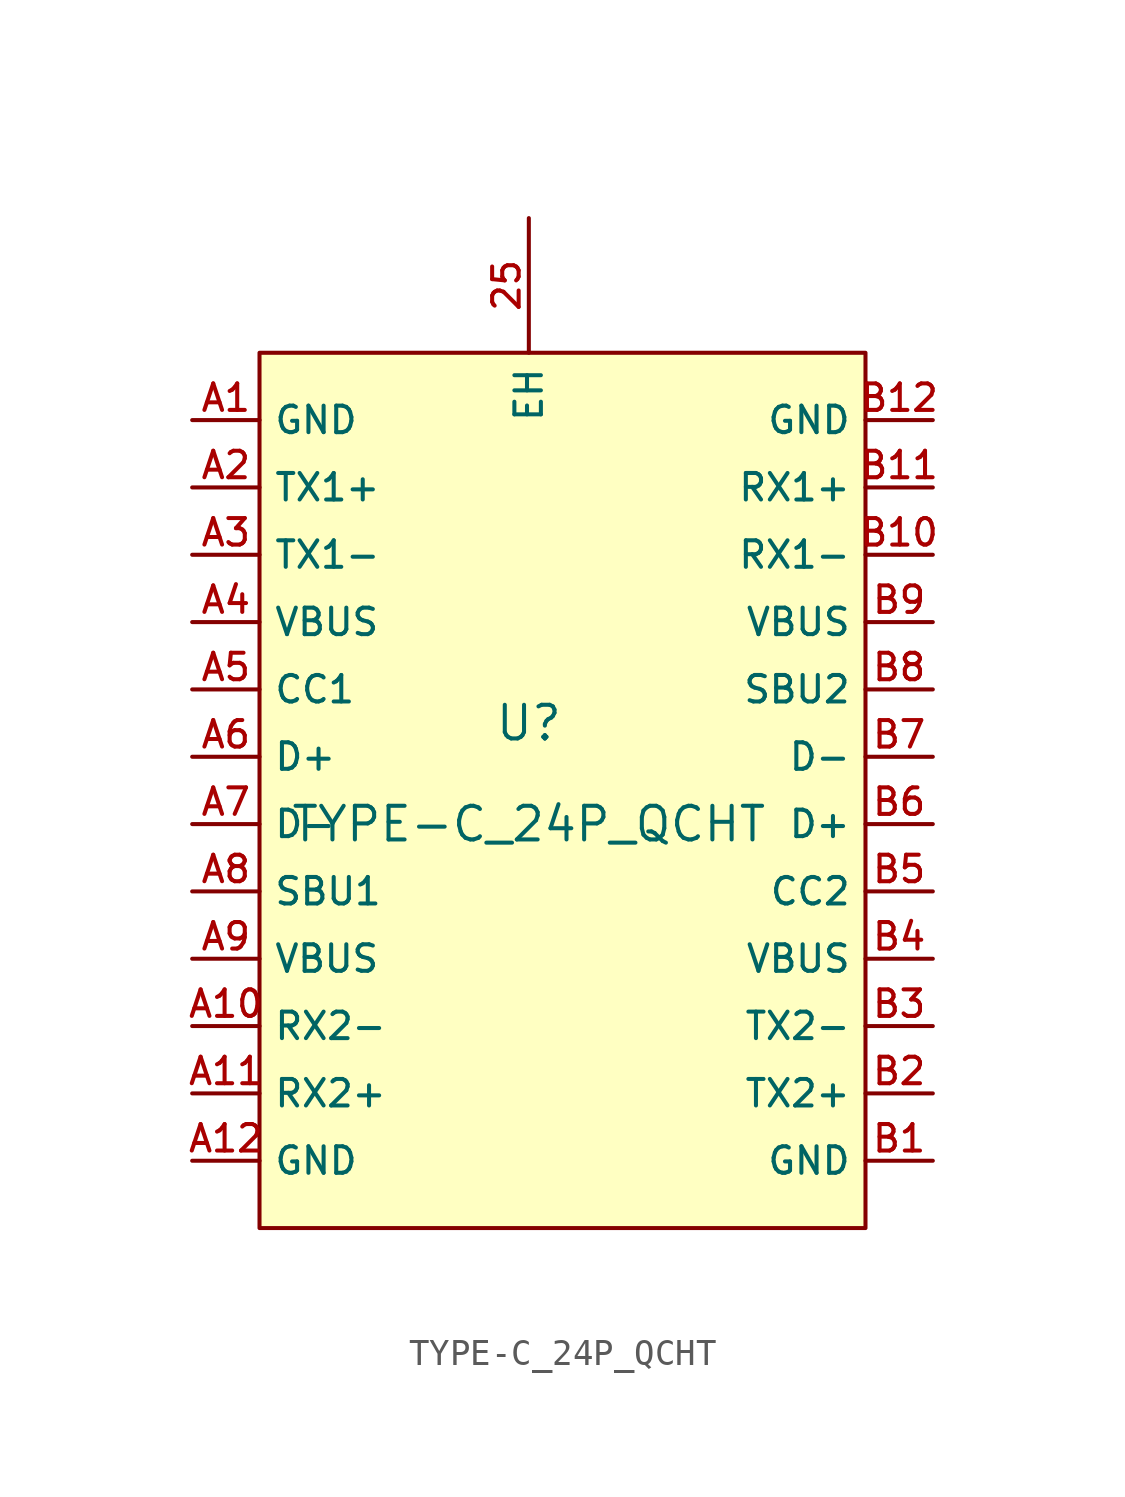
<source format=kicad_sym>
(kicad_symbol_lib
  (version 20210201)
  (generator TousstNicolas/JLC2KiCad_lib)
  (symbol "TYPE-C_24P_QCHT"
    (property "Reference" "U"
      (at 0 1.27 0)
      (effects (font (size 1.27 1.27))))
    (property "Value" "TYPE-C_24P_QCHT"
      (at 0 -2.54 0)
      (effects (font (size 1.27 1.27))))
    (symbol "TYPE-C_24P_QCHT_0_1"
      (pin unspecified line (at -12.7 -15.24 0) (length 2.54) (name "GND" (effects (font (size 1 1)))) (number "A12" (effects (font (size 1 1)))))
      (pin unspecified line (at -12.7 -12.7 0) (length 2.54) (name "RX2+" (effects (font (size 1 1)))) (number "A11" (effects (font (size 1 1)))))
      (pin unspecified line (at -12.7 -10.16 0) (length 2.54) (name "RX2-" (effects (font (size 1 1)))) (number "A10" (effects (font (size 1 1)))))
      (pin unspecified line (at -12.7 -7.62 0) (length 2.54) (name "VBUS" (effects (font (size 1 1)))) (number "A9" (effects (font (size 1 1)))))
      (pin unspecified line (at -12.7 -5.08 0) (length 2.54) (name "SBU1" (effects (font (size 1 1)))) (number "A8" (effects (font (size 1 1)))))
      (pin unspecified line (at -12.7 -2.54 0) (length 2.54) (name "D-" (effects (font (size 1 1)))) (number "A7" (effects (font (size 1 1)))))
      (pin unspecified line (at -12.7 -0.0 0) (length 2.54) (name "D+" (effects (font (size 1 1)))) (number "A6" (effects (font (size 1 1)))))
      (pin unspecified line (at -12.7 2.54 0) (length 2.54) (name "CC1" (effects (font (size 1 1)))) (number "A5" (effects (font (size 1 1)))))
      (pin unspecified line (at -12.7 5.08 0) (length 2.54) (name "VBUS" (effects (font (size 1 1)))) (number "A4" (effects (font (size 1 1)))))
      (pin unspecified line (at -12.7 7.62 0) (length 2.54) (name "TX1-" (effects (font (size 1 1)))) (number "A3" (effects (font (size 1 1)))))
      (pin unspecified line (at -12.7 10.16 0) (length 2.54) (name "TX1+" (effects (font (size 1 1)))) (number "A2" (effects (font (size 1 1)))))
      (pin unspecified line (at -12.7 12.7 0) (length 2.54) (name "GND" (effects (font (size 1 1)))) (number "A1" (effects (font (size 1 1)))))
      (pin unspecified line (at 0.0 20.32 270) (length 5.08) (name "EH" (effects (font (size 1 1)))) (number "25" (effects (font (size 1 1)))))
      (pin unspecified line (at 15.24 12.7 180) (length 2.54) (name "GND" (effects (font (size 1 1)))) (number "B12" (effects (font (size 1 1)))))
      (pin unspecified line (at 15.24 10.16 180) (length 2.54) (name "RX1+" (effects (font (size 1 1)))) (number "B11" (effects (font (size 1 1)))))
      (pin unspecified line (at 15.24 7.62 180) (length 2.54) (name "RX1-" (effects (font (size 1 1)))) (number "B10" (effects (font (size 1 1)))))
      (pin unspecified line (at 15.24 5.08 180) (length 2.54) (name "VBUS" (effects (font (size 1 1)))) (number "B9" (effects (font (size 1 1)))))
      (pin unspecified line (at 15.24 2.54 180) (length 2.54) (name "SBU2" (effects (font (size 1 1)))) (number "B8" (effects (font (size 1 1)))))
      (pin unspecified line (at 15.24 -0.0 180) (length 2.54) (name "D-" (effects (font (size 1 1)))) (number "B7" (effects (font (size 1 1)))))
      (pin unspecified line (at 15.24 -2.54 180) (length 2.54) (name "D+" (effects (font (size 1 1)))) (number "B6" (effects (font (size 1 1)))))
      (pin unspecified line (at 15.24 -5.08 180) (length 2.54) (name "CC2" (effects (font (size 1 1)))) (number "B5" (effects (font (size 1 1)))))
      (pin unspecified line (at 15.24 -7.62 180) (length 2.54) (name "VBUS" (effects (font (size 1 1)))) (number "B4" (effects (font (size 1 1)))))
      (pin unspecified line (at 15.24 -10.16 180) (length 2.54) (name "TX2-" (effects (font (size 1 1)))) (number "B3" (effects (font (size 1 1)))))
      (pin unspecified line (at 15.24 -12.7 180) (length 2.54) (name "TX2+" (effects (font (size 1 1)))) (number "B2" (effects (font (size 1 1)))))
      (pin unspecified line (at 15.24 -15.24 180) (length 2.54) (name "GND" (effects (font (size 1 1)))) (number "B1" (effects (font (size 1 1)))))
      (rectangle (start -10.16 15.24) (end 12.7 -17.78) (stroke (width 0) (type default) (color 0 0 0 0)) (fill (type background))))))
</source>
